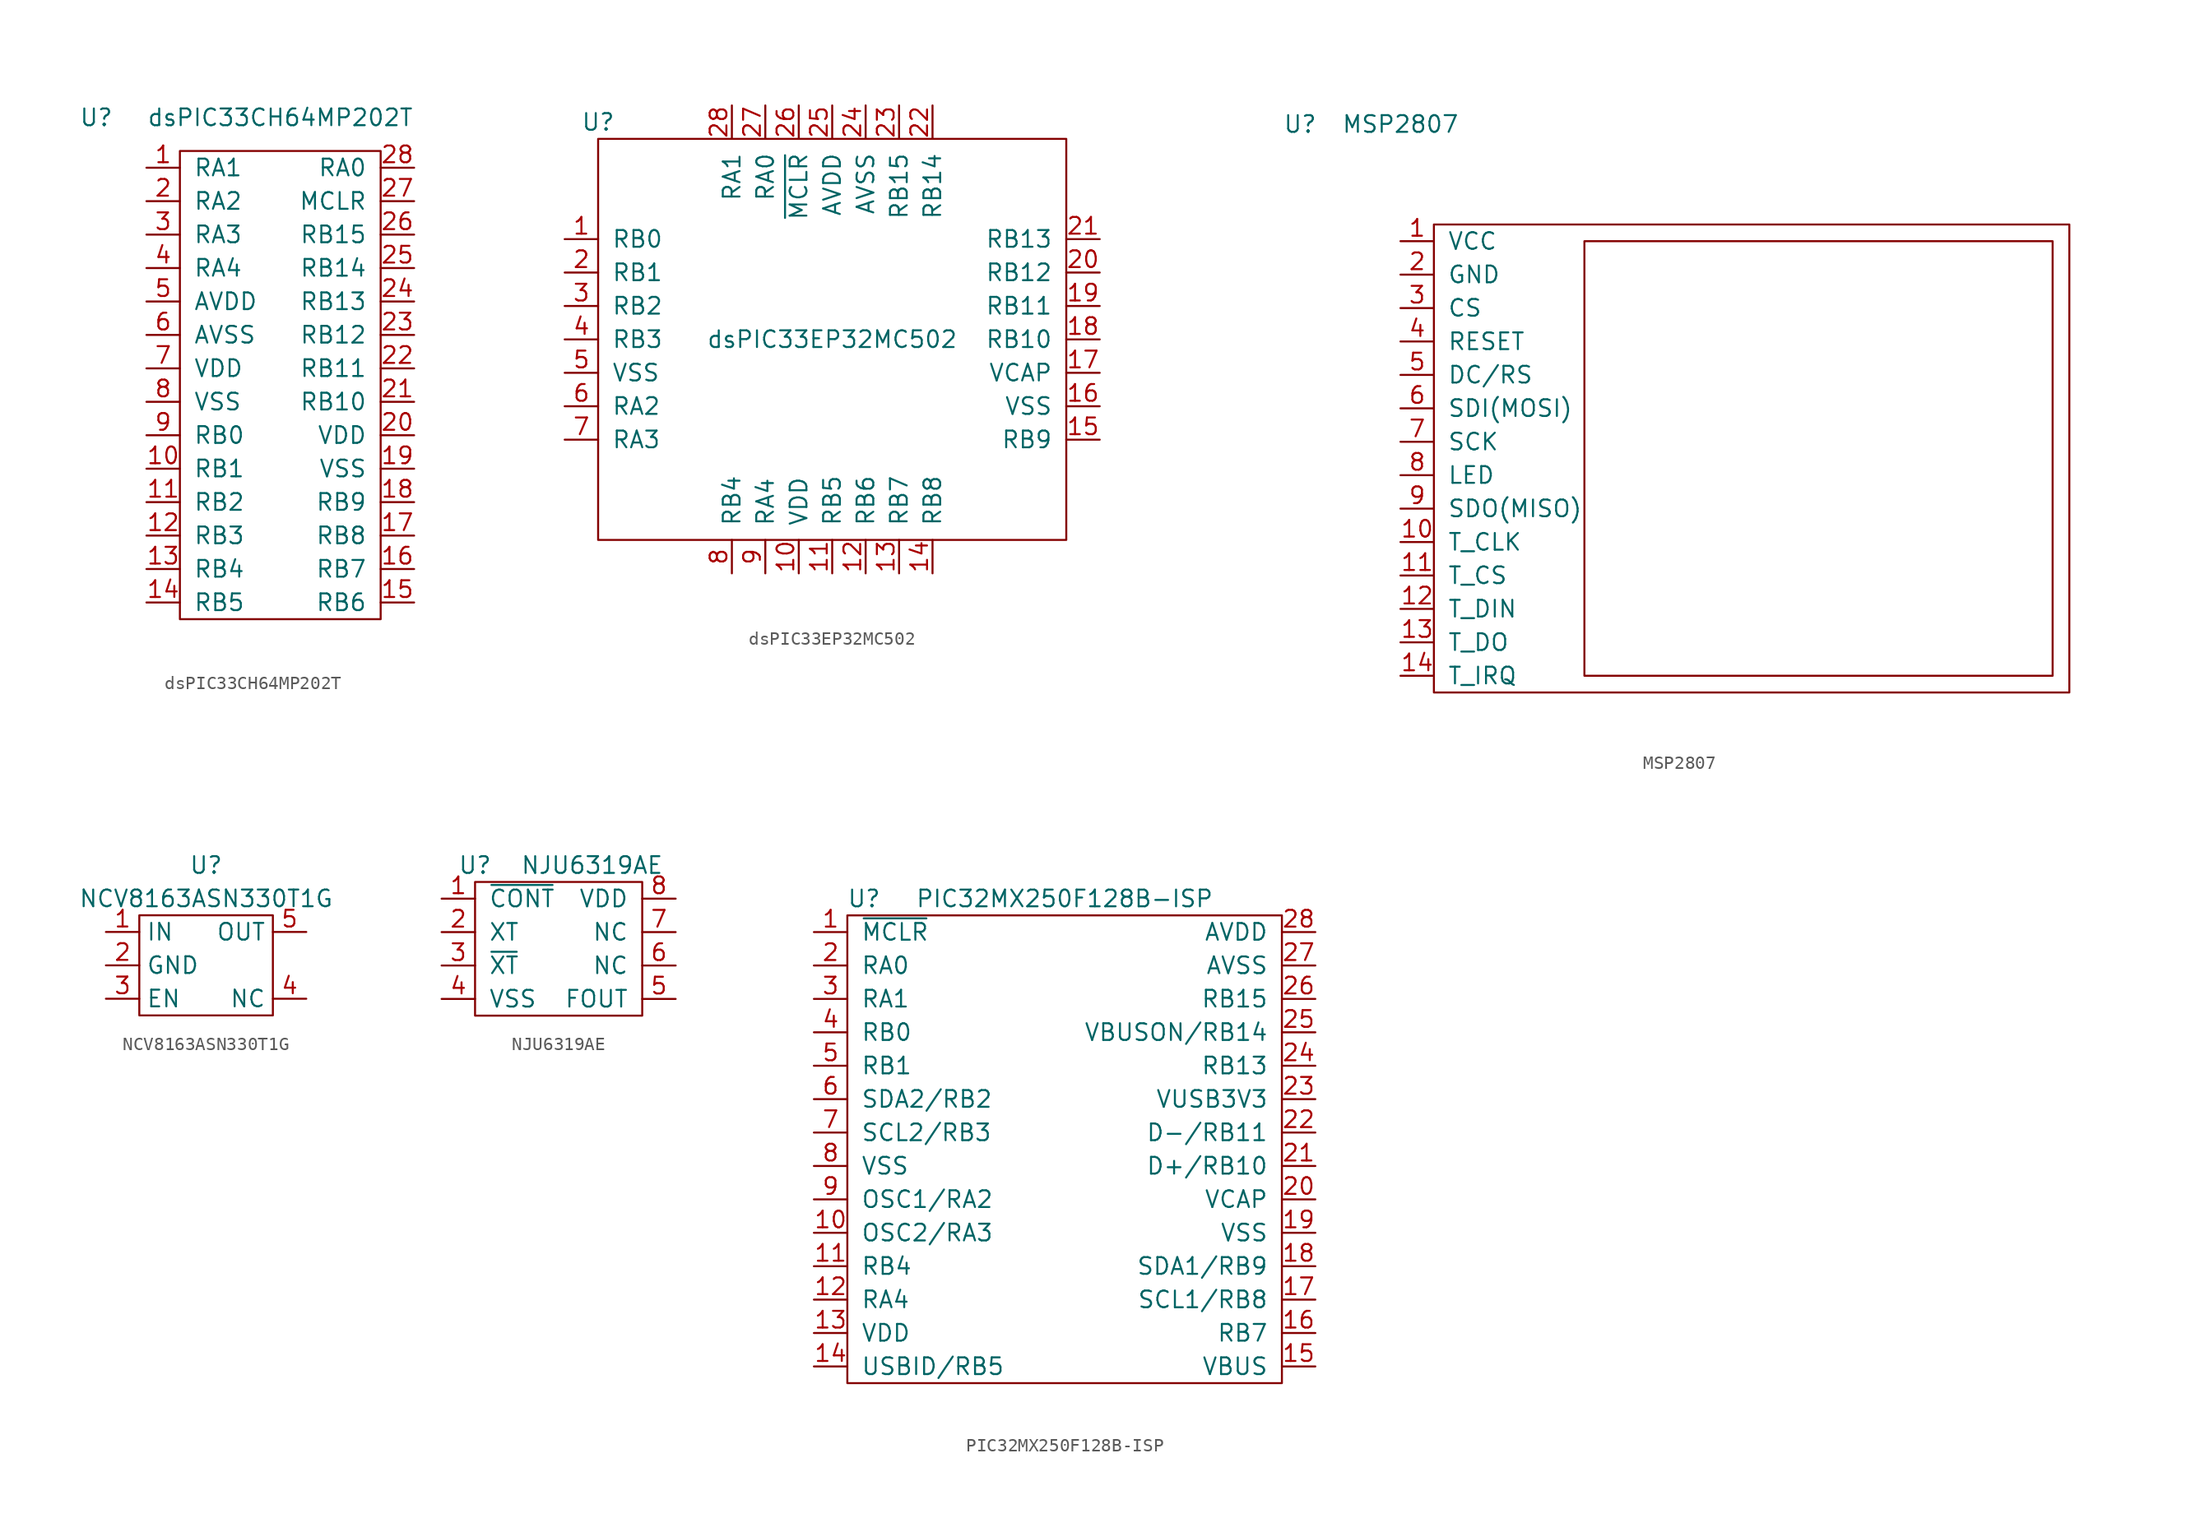
<source format=kicad_sym>
(kicad_symbol_lib
  (version 20220914)
  (generator kicad_symbol_editor)
  (symbol "dsPIC33CH64MP202T"
    (pin_names
      (offset 1.016))
    (property "Reference" "U"
      (at -13.97 20.32 0)
      (effects (font (size 1.27 1.27))))
    (property "Value" "dsPIC33CH64MP202T"
      (at 0 20.32 0)
      (effects (font (size 1.27 1.27))))
    (symbol "dsPIC33CH64MP202T_0_1"
      (rectangle (start -7.62 17.78) (end 7.62 -17.78) (stroke (width 0) (type solid)) (fill (type none))))
    (symbol "dsPIC33CH64MP202T_1_1"
      (pin passive line (at -10.16 16.51 0) (length 2.54) (name "RA1" (effects (font (size 1.27 1.27)))) (number "1" (effects (font (size 1.27 1.27)))))
      (pin passive line (at -10.16 -6.35 0) (length 2.54) (name "RB1" (effects (font (size 1.27 1.27)))) (number "10" (effects (font (size 1.27 1.27)))))
      (pin passive line (at -10.16 -8.89 0) (length 2.54) (name "RB2" (effects (font (size 1.27 1.27)))) (number "11" (effects (font (size 1.27 1.27)))))
      (pin passive line (at -10.16 -11.43 0) (length 2.54) (name "RB3" (effects (font (size 1.27 1.27)))) (number "12" (effects (font (size 1.27 1.27)))))
      (pin passive line (at -10.16 -13.97 0) (length 2.54) (name "RB4" (effects (font (size 1.27 1.27)))) (number "13" (effects (font (size 1.27 1.27)))))
      (pin passive line (at -10.16 -16.51 0) (length 2.54) (name "RB5" (effects (font (size 1.27 1.27)))) (number "14" (effects (font (size 1.27 1.27)))))
      (pin passive line (at 10.16 -16.51 180) (length 2.54) (name "RB6" (effects (font (size 1.27 1.27)))) (number "15" (effects (font (size 1.27 1.27)))))
      (pin passive line (at 10.16 -13.97 180) (length 2.54) (name "RB7" (effects (font (size 1.27 1.27)))) (number "16" (effects (font (size 1.27 1.27)))))
      (pin passive line (at 10.16 -11.43 180) (length 2.54) (name "RB8" (effects (font (size 1.27 1.27)))) (number "17" (effects (font (size 1.27 1.27)))))
      (pin passive line (at 10.16 -8.89 180) (length 2.54) (name "RB9" (effects (font (size 1.27 1.27)))) (number "18" (effects (font (size 1.27 1.27)))))
      (pin passive line (at 10.16 -6.35 180) (length 2.54) (name "VSS" (effects (font (size 1.27 1.27)))) (number "19" (effects (font (size 1.27 1.27)))))
      (pin passive line (at -10.16 13.97 0) (length 2.54) (name "RA2" (effects (font (size 1.27 1.27)))) (number "2" (effects (font (size 1.27 1.27)))))
      (pin passive line (at 10.16 -3.81 180) (length 2.54) (name "VDD" (effects (font (size 1.27 1.27)))) (number "20" (effects (font (size 1.27 1.27)))))
      (pin passive line (at 10.16 -1.27 180) (length 2.54) (name "RB10" (effects (font (size 1.27 1.27)))) (number "21" (effects (font (size 1.27 1.27)))))
      (pin passive line (at 10.16 1.27 180) (length 2.54) (name "RB11" (effects (font (size 1.27 1.27)))) (number "22" (effects (font (size 1.27 1.27)))))
      (pin passive line (at 10.16 3.81 180) (length 2.54) (name "RB12" (effects (font (size 1.27 1.27)))) (number "23" (effects (font (size 1.27 1.27)))))
      (pin passive line (at 10.16 6.35 180) (length 2.54) (name "RB13" (effects (font (size 1.27 1.27)))) (number "24" (effects (font (size 1.27 1.27)))))
      (pin passive line (at 10.16 8.89 180) (length 2.54) (name "RB14" (effects (font (size 1.27 1.27)))) (number "25" (effects (font (size 1.27 1.27)))))
      (pin passive line (at 10.16 11.43 180) (length 2.54) (name "RB15" (effects (font (size 1.27 1.27)))) (number "26" (effects (font (size 1.27 1.27)))))
      (pin passive line (at 10.16 13.97 180) (length 2.54) (name "MCLR" (effects (font (size 1.27 1.27)))) (number "27" (effects (font (size 1.27 1.27)))))
      (pin passive line (at 10.16 16.51 180) (length 2.54) (name "RA0" (effects (font (size 1.27 1.27)))) (number "28" (effects (font (size 1.27 1.27)))))
      (pin passive line (at -10.16 11.43 0) (length 2.54) (name "RA3" (effects (font (size 1.27 1.27)))) (number "3" (effects (font (size 1.27 1.27)))))
      (pin passive line (at -10.16 8.89 0) (length 2.54) (name "RA4" (effects (font (size 1.27 1.27)))) (number "4" (effects (font (size 1.27 1.27)))))
      (pin passive line (at -10.16 6.35 0) (length 2.54) (name "AVDD" (effects (font (size 1.27 1.27)))) (number "5" (effects (font (size 1.27 1.27)))))
      (pin passive line (at -10.16 3.81 0) (length 2.54) (name "AVSS" (effects (font (size 1.27 1.27)))) (number "6" (effects (font (size 1.27 1.27)))))
      (pin passive line (at -10.16 1.27 0) (length 2.54) (name "VDD" (effects (font (size 1.27 1.27)))) (number "7" (effects (font (size 1.27 1.27)))))
      (pin passive line (at -10.16 -1.27 0) (length 2.54) (name "VSS" (effects (font (size 1.27 1.27)))) (number "8" (effects (font (size 1.27 1.27)))))
      (pin passive line (at -10.16 -3.81 0) (length 2.54) (name "RB0" (effects (font (size 1.27 1.27)))) (number "9" (effects (font (size 1.27 1.27)))))))
  (symbol "dsPIC33EP32MC502"
    (pin_names
      (offset 1.016))
    (property "Reference" "U"
      (at 2.54 8.89 0)
      (effects (font (size 1.27 1.27))))
    (property "Value" "dsPIC33EP32MC502"
      (at 20.32 -7.62 0)
      (effects (font (size 1.27 1.27))))
    (symbol "dsPIC33EP32MC502_0_1"
      (rectangle (start 2.54 7.62) (end 38.1 -22.86) (stroke (width 0) (type solid)) (fill (type none))))
    (symbol "dsPIC33EP32MC502_1_1"
      (pin passive line (at 0 0 0) (length 2.54) (name "RB0" (effects (font (size 1.27 1.27)))) (number "1" (effects (font (size 1.27 1.27)))))
      (pin passive line (at 17.78 -25.4 90) (length 2.54) (name "VDD" (effects (font (size 1.27 1.27)))) (number "10" (effects (font (size 1.27 1.27)))))
      (pin passive line (at 20.32 -25.4 90) (length 2.54) (name "RB5" (effects (font (size 1.27 1.27)))) (number "11" (effects (font (size 1.27 1.27)))))
      (pin passive line (at 22.86 -25.4 90) (length 2.54) (name "RB6" (effects (font (size 1.27 1.27)))) (number "12" (effects (font (size 1.27 1.27)))))
      (pin passive line (at 25.4 -25.4 90) (length 2.54) (name "RB7" (effects (font (size 1.27 1.27)))) (number "13" (effects (font (size 1.27 1.27)))))
      (pin passive line (at 27.94 -25.4 90) (length 2.54) (name "RB8" (effects (font (size 1.27 1.27)))) (number "14" (effects (font (size 1.27 1.27)))))
      (pin passive line (at 40.64 -15.24 180) (length 2.54) (name "RB9" (effects (font (size 1.27 1.27)))) (number "15" (effects (font (size 1.27 1.27)))))
      (pin passive line (at 40.64 -12.7 180) (length 2.54) (name "VSS" (effects (font (size 1.27 1.27)))) (number "16" (effects (font (size 1.27 1.27)))))
      (pin passive line (at 40.64 -10.16 180) (length 2.54) (name "VCAP" (effects (font (size 1.27 1.27)))) (number "17" (effects (font (size 1.27 1.27)))))
      (pin passive line (at 40.64 -7.62 180) (length 2.54) (name "RB10" (effects (font (size 1.27 1.27)))) (number "18" (effects (font (size 1.27 1.27)))))
      (pin passive line (at 40.64 -5.08 180) (length 2.54) (name "RB11" (effects (font (size 1.27 1.27)))) (number "19" (effects (font (size 1.27 1.27)))))
      (pin passive line (at 0 -2.54 0) (length 2.54) (name "RB1" (effects (font (size 1.27 1.27)))) (number "2" (effects (font (size 1.27 1.27)))))
      (pin passive line (at 40.64 -2.54 180) (length 2.54) (name "RB12" (effects (font (size 1.27 1.27)))) (number "20" (effects (font (size 1.27 1.27)))))
      (pin passive line (at 40.64 0 180) (length 2.54) (name "RB13" (effects (font (size 1.27 1.27)))) (number "21" (effects (font (size 1.27 1.27)))))
      (pin passive line (at 27.94 10.16 270) (length 2.54) (name "RB14" (effects (font (size 1.27 1.27)))) (number "22" (effects (font (size 1.27 1.27)))))
      (pin passive line (at 25.4 10.16 270) (length 2.54) (name "RB15" (effects (font (size 1.27 1.27)))) (number "23" (effects (font (size 1.27 1.27)))))
      (pin passive line (at 22.86 10.16 270) (length 2.54) (name "AVSS" (effects (font (size 1.27 1.27)))) (number "24" (effects (font (size 1.27 1.27)))))
      (pin passive line (at 20.32 10.16 270) (length 2.54) (name "AVDD" (effects (font (size 1.27 1.27)))) (number "25" (effects (font (size 1.27 1.27)))))
      (pin passive line (at 17.78 10.16 270) (length 2.54) (name "~{MCLR}" (effects (font (size 1.27 1.27)))) (number "26" (effects (font (size 1.27 1.27)))))
      (pin passive line (at 15.24 10.16 270) (length 2.54) (name "RA0" (effects (font (size 1.27 1.27)))) (number "27" (effects (font (size 1.27 1.27)))))
      (pin passive line (at 12.7 10.16 270) (length 2.54) (name "RA1" (effects (font (size 1.27 1.27)))) (number "28" (effects (font (size 1.27 1.27)))))
      (pin passive line (at 0 -5.08 0) (length 2.54) (name "RB2" (effects (font (size 1.27 1.27)))) (number "3" (effects (font (size 1.27 1.27)))))
      (pin passive line (at 0 -7.62 0) (length 2.54) (name "RB3" (effects (font (size 1.27 1.27)))) (number "4" (effects (font (size 1.27 1.27)))))
      (pin passive line (at 0 -10.16 0) (length 2.54) (name "VSS" (effects (font (size 1.27 1.27)))) (number "5" (effects (font (size 1.27 1.27)))))
      (pin passive line (at 0 -12.7 0) (length 2.54) (name "RA2" (effects (font (size 1.27 1.27)))) (number "6" (effects (font (size 1.27 1.27)))))
      (pin passive line (at 0 -15.24 0) (length 2.54) (name "RA3" (effects (font (size 1.27 1.27)))) (number "7" (effects (font (size 1.27 1.27)))))
      (pin passive line (at 12.7 -25.4 90) (length 2.54) (name "RB4" (effects (font (size 1.27 1.27)))) (number "8" (effects (font (size 1.27 1.27)))))
      (pin passive line (at 15.24 -25.4 90) (length 2.54) (name "RA4" (effects (font (size 1.27 1.27)))) (number "9" (effects (font (size 1.27 1.27)))))))
  (symbol "MSP2807"
    (pin_names
      (offset 1.016))
    (property "Reference" "U"
      (at -7.62 8.89 0)
      (effects (font (size 1.27 1.27))))
    (property "Value" "MSP2807"
      (at 0 8.89 0)
      (effects (font (size 1.27 1.27))))
    (symbol "MSP2807_0_1"
      (rectangle (start 2.54 1.27) (end 50.8 -34.29) (stroke (width 0) (type solid)) (fill (type none)))
      (rectangle (start 13.97 0) (end 49.53 -33.02) (stroke (width 0) (type solid)) (fill (type none))))
    (symbol "MSP2807_1_1"
      (pin passive line (at 0 0 0) (length 2.54) (name "VCC" (effects (font (size 1.27 1.27)))) (number "1" (effects (font (size 1.27 1.27)))))
      (pin passive line (at 0 -22.86 0) (length 2.54) (name "T_CLK" (effects (font (size 1.27 1.27)))) (number "10" (effects (font (size 1.27 1.27)))))
      (pin passive line (at 0 -25.4 0) (length 2.54) (name "T_CS" (effects (font (size 1.27 1.27)))) (number "11" (effects (font (size 1.27 1.27)))))
      (pin passive line (at 0 -27.94 0) (length 2.54) (name "T_DIN" (effects (font (size 1.27 1.27)))) (number "12" (effects (font (size 1.27 1.27)))))
      (pin passive line (at 0 -30.48 0) (length 2.54) (name "T_DO" (effects (font (size 1.27 1.27)))) (number "13" (effects (font (size 1.27 1.27)))))
      (pin passive line (at 0 -33.02 0) (length 2.54) (name "T_IRQ" (effects (font (size 1.27 1.27)))) (number "14" (effects (font (size 1.27 1.27)))))
      (pin passive line (at 0 -2.54 0) (length 2.54) (name "GND" (effects (font (size 1.27 1.27)))) (number "2" (effects (font (size 1.27 1.27)))))
      (pin passive line (at 0 -5.08 0) (length 2.54) (name "CS" (effects (font (size 1.27 1.27)))) (number "3" (effects (font (size 1.27 1.27)))))
      (pin passive line (at 0 -7.62 0) (length 2.54) (name "RESET" (effects (font (size 1.27 1.27)))) (number "4" (effects (font (size 1.27 1.27)))))
      (pin passive line (at 0 -10.16 0) (length 2.54) (name "DC/RS" (effects (font (size 1.27 1.27)))) (number "5" (effects (font (size 1.27 1.27)))))
      (pin passive line (at 0 -12.7 0) (length 2.54) (name "SDI(MOSI)" (effects (font (size 1.27 1.27)))) (number "6" (effects (font (size 1.27 1.27)))))
      (pin passive line (at 0 -15.24 0) (length 2.54) (name "SCK" (effects (font (size 1.27 1.27)))) (number "7" (effects (font (size 1.27 1.27)))))
      (pin passive line (at 0 -17.78 0) (length 2.54) (name "LED" (effects (font (size 1.27 1.27)))) (number "8" (effects (font (size 1.27 1.27)))))
      (pin passive line (at 0 -20.32 0) (length 2.54) (name "SDO(MISO)" (effects (font (size 1.27 1.27)))) (number "9" (effects (font (size 1.27 1.27)))))))
  (symbol "NCV8163ASN330T1G"
    (property "Reference" "U"
      (at 0 7.62 0)
      (effects (font (size 1.27 1.27))))
    (property "Value" "NCV8163ASN330T1G"
      (at 0 5.08 0)
      (effects (font (size 1.27 1.27))))
    (symbol "NCV8163ASN330T1G_0_1"
      (rectangle (start -5.08 3.81) (end 5.08 -3.81) (stroke (width 0) (type default)) (fill (type none))))
    (symbol "NCV8163ASN330T1G_1_1"
      (pin power_in line (at -7.62 2.54 0) (length 2.54) (name "IN" (effects (font (size 1.27 1.27)))) (number "1" (effects (font (size 1.27 1.27)))))
      (pin power_in line (at -7.62 0 0) (length 2.54) (name "GND" (effects (font (size 1.27 1.27)))) (number "2" (effects (font (size 1.27 1.27)))))
      (pin passive line (at -7.62 -2.54 0) (length 2.54) (name "EN" (effects (font (size 1.27 1.27)))) (number "3" (effects (font (size 1.27 1.27)))))
      (pin passive line (at 7.62 -2.54 180) (length 2.54) (name "NC" (effects (font (size 1.27 1.27)))) (number "4" (effects (font (size 1.27 1.27)))))
      (pin power_out line (at 7.62 2.54 180) (length 2.54) (name "OUT" (effects (font (size 1.27 1.27)))) (number "5" (effects (font (size 1.27 1.27)))))))
  (symbol "NJU6319AE"
    (pin_names
      (offset 1.016))
    (property "Reference" "U"
      (at -6.35 6.35 0)
      (effects (font (size 1.27 1.27))))
    (property "Value" "NJU6319AE"
      (at 2.54 6.35 0)
      (effects (font (size 1.27 1.27))))
    (symbol "NJU6319AE_0_1"
      (rectangle (start -6.35 5.08) (end 6.35 -5.08) (stroke (width 0) (type solid)) (fill (type none))))
    (symbol "NJU6319AE_1_1"
      (pin passive line (at -8.89 3.81 0) (length 2.54) (name "~{CONT}" (effects (font (size 1.27 1.27)))) (number "1" (effects (font (size 1.27 1.27)))))
      (pin passive line (at -8.89 1.27 0) (length 2.54) (name "XT" (effects (font (size 1.27 1.27)))) (number "2" (effects (font (size 1.27 1.27)))))
      (pin passive line (at -8.89 -1.27 0) (length 2.54) (name "~{XT}" (effects (font (size 1.27 1.27)))) (number "3" (effects (font (size 1.27 1.27)))))
      (pin passive line (at -8.89 -3.81 0) (length 2.54) (name "VSS" (effects (font (size 1.27 1.27)))) (number "4" (effects (font (size 1.27 1.27)))))
      (pin passive line (at 8.89 -3.81 180) (length 2.54) (name "FOUT" (effects (font (size 1.27 1.27)))) (number "5" (effects (font (size 1.27 1.27)))))
      (pin passive line (at 8.89 -1.27 180) (length 2.54) (name "NC" (effects (font (size 1.27 1.27)))) (number "6" (effects (font (size 1.27 1.27)))))
      (pin passive line (at 8.89 1.27 180) (length 2.54) (name "NC" (effects (font (size 1.27 1.27)))) (number "7" (effects (font (size 1.27 1.27)))))
      (pin passive line (at 8.89 3.81 180) (length 2.54) (name "VDD" (effects (font (size 1.27 1.27)))) (number "8" (effects (font (size 1.27 1.27)))))))
  (symbol "PIC32MX250F128B-ISP"
    (pin_names
      (offset 1.016))
    (property "Reference" "U"
      (at -15.24 19.05 0)
      (effects (font (size 1.27 1.27))))
    (property "Value" "PIC32MX250F128B-ISP"
      (at 0 19.05 0)
      (effects (font (size 1.27 1.27))))
    (symbol "PIC32MX250F128B-ISP_0_1"
      (rectangle (start -16.51 17.78) (end 16.51 -17.78) (stroke (width 0) (type solid)) (fill (type none))))
    (symbol "PIC32MX250F128B-ISP_1_1"
      (pin passive line (at -19.05 16.51 0) (length 2.54) (name "~{MCLR}" (effects (font (size 1.27 1.27)))) (number "1" (effects (font (size 1.27 1.27)))))
      (pin passive line (at -19.05 -6.35 0) (length 2.54) (name "OSC2/RA3" (effects (font (size 1.27 1.27)))) (number "10" (effects (font (size 1.27 1.27)))))
      (pin passive line (at -19.05 -8.89 0) (length 2.54) (name "RB4" (effects (font (size 1.27 1.27)))) (number "11" (effects (font (size 1.27 1.27)))))
      (pin passive line (at -19.05 -11.43 0) (length 2.54) (name "RA4" (effects (font (size 1.27 1.27)))) (number "12" (effects (font (size 1.27 1.27)))))
      (pin passive line (at -19.05 -13.97 0) (length 2.54) (name "VDD" (effects (font (size 1.27 1.27)))) (number "13" (effects (font (size 1.27 1.27)))))
      (pin passive line (at -19.05 -16.51 0) (length 2.54) (name "USBID/RB5" (effects (font (size 1.27 1.27)))) (number "14" (effects (font (size 1.27 1.27)))))
      (pin passive line (at 19.05 -16.51 180) (length 2.54) (name "VBUS" (effects (font (size 1.27 1.27)))) (number "15" (effects (font (size 1.27 1.27)))))
      (pin passive line (at 19.05 -13.97 180) (length 2.54) (name "RB7" (effects (font (size 1.27 1.27)))) (number "16" (effects (font (size 1.27 1.27)))))
      (pin passive line (at 19.05 -11.43 180) (length 2.54) (name "SCL1/RB8" (effects (font (size 1.27 1.27)))) (number "17" (effects (font (size 1.27 1.27)))))
      (pin passive line (at 19.05 -8.89 180) (length 2.54) (name "SDA1/RB9" (effects (font (size 1.27 1.27)))) (number "18" (effects (font (size 1.27 1.27)))))
      (pin passive line (at 19.05 -6.35 180) (length 2.54) (name "VSS" (effects (font (size 1.27 1.27)))) (number "19" (effects (font (size 1.27 1.27)))))
      (pin passive line (at -19.05 13.97 0) (length 2.54) (name "RA0" (effects (font (size 1.27 1.27)))) (number "2" (effects (font (size 1.27 1.27)))))
      (pin passive line (at 19.05 -3.81 180) (length 2.54) (name "VCAP" (effects (font (size 1.27 1.27)))) (number "20" (effects (font (size 1.27 1.27)))))
      (pin passive line (at 19.05 -1.27 180) (length 2.54) (name "D+/RB10" (effects (font (size 1.27 1.27)))) (number "21" (effects (font (size 1.27 1.27)))))
      (pin passive line (at 19.05 1.27 180) (length 2.54) (name "D-/RB11" (effects (font (size 1.27 1.27)))) (number "22" (effects (font (size 1.27 1.27)))))
      (pin passive line (at 19.05 3.81 180) (length 2.54) (name "VUSB3V3" (effects (font (size 1.27 1.27)))) (number "23" (effects (font (size 1.27 1.27)))))
      (pin passive line (at 19.05 6.35 180) (length 2.54) (name "RB13" (effects (font (size 1.27 1.27)))) (number "24" (effects (font (size 1.27 1.27)))))
      (pin passive line (at 19.05 8.89 180) (length 2.54) (name "VBUSON/RB14" (effects (font (size 1.27 1.27)))) (number "25" (effects (font (size 1.27 1.27)))))
      (pin passive line (at 19.05 11.43 180) (length 2.54) (name "RB15" (effects (font (size 1.27 1.27)))) (number "26" (effects (font (size 1.27 1.27)))))
      (pin passive line (at 19.05 13.97 180) (length 2.54) (name "AVSS" (effects (font (size 1.27 1.27)))) (number "27" (effects (font (size 1.27 1.27)))))
      (pin passive line (at 19.05 16.51 180) (length 2.54) (name "AVDD" (effects (font (size 1.27 1.27)))) (number "28" (effects (font (size 1.27 1.27)))))
      (pin passive line (at -19.05 11.43 0) (length 2.54) (name "RA1" (effects (font (size 1.27 1.27)))) (number "3" (effects (font (size 1.27 1.27)))))
      (pin passive line (at -19.05 8.89 0) (length 2.54) (name "RB0" (effects (font (size 1.27 1.27)))) (number "4" (effects (font (size 1.27 1.27)))))
      (pin passive line (at -19.05 6.35 0) (length 2.54) (name "RB1" (effects (font (size 1.27 1.27)))) (number "5" (effects (font (size 1.27 1.27)))))
      (pin passive line (at -19.05 3.81 0) (length 2.54) (name "SDA2/RB2" (effects (font (size 1.27 1.27)))) (number "6" (effects (font (size 1.27 1.27)))))
      (pin passive line (at -19.05 1.27 0) (length 2.54) (name "SCL2/RB3" (effects (font (size 1.27 1.27)))) (number "7" (effects (font (size 1.27 1.27)))))
      (pin passive line (at -19.05 -1.27 0) (length 2.54) (name "VSS" (effects (font (size 1.27 1.27)))) (number "8" (effects (font (size 1.27 1.27)))))
      (pin passive line (at -19.05 -3.81 0) (length 2.54) (name "OSC1/RA2" (effects (font (size 1.27 1.27)))) (number "9" (effects (font (size 1.27 1.27))))))))
</source>
